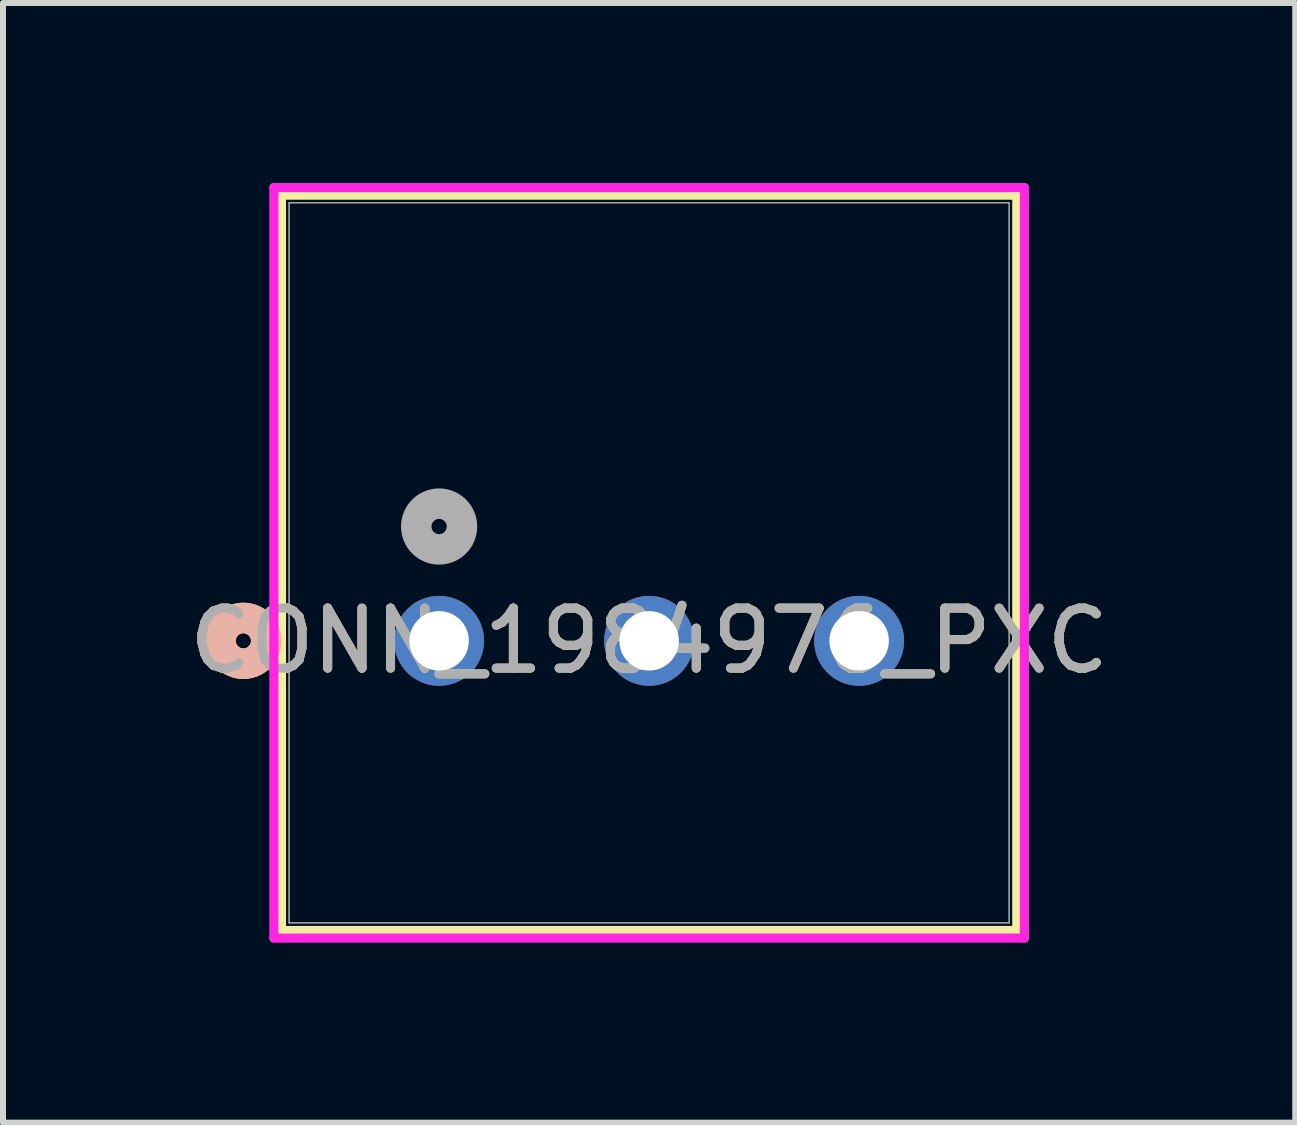
<source format=kicad_pcb>
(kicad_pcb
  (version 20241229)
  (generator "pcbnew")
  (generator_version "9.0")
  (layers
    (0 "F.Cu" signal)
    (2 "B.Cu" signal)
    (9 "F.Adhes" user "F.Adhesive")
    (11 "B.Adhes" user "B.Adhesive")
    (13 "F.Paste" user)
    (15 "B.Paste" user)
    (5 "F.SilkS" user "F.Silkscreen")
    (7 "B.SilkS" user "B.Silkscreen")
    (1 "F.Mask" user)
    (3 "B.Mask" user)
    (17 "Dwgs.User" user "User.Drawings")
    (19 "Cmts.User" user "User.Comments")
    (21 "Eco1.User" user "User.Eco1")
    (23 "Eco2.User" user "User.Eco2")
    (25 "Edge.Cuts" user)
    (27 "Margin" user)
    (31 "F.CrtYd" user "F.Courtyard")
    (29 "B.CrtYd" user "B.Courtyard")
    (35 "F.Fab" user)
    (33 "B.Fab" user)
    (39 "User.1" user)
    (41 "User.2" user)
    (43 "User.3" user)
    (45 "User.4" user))
  (footprint "CONN_1984976_PXC"
    (layer "F.Cu")
    (at 4.268 7.63)
    (property "Reference" "CONN_1984976_PXC" (at 3.5 0 0) (unlocked yes) (layer "F.SilkS") (effects (font (size 1 1) (thickness 0.15))))
    (attr through_hole)
    (fp_line (start -2.627 -7.427) (end -2.627 4.827) (stroke (width 0.152) (type solid)) (layer "F.SilkS"))
    (fp_line (start -2.627 4.827) (end 9.627 4.827) (stroke (width 0.152) (type solid)) (layer "F.SilkS"))
    (fp_line (start 9.627 -7.427) (end -2.627 -7.427) (stroke (width 0.152) (type solid)) (layer "F.SilkS"))
    (fp_line (start 9.627 4.827) (end 9.627 -7.427) (stroke (width 0.152) (type solid)) (layer "F.SilkS"))
    (fp_circle (center -3.262 0) (end -2.881 0) (stroke (width 0.508) (type solid)) (fill no) (layer "F.SilkS"))
    (fp_circle (center -3.262 0) (end -2.881 0) (stroke (width 0.508) (type solid)) (fill no) (layer "B.SilkS"))
    (fp_line (start -2.754 -7.554) (end -2.754 4.954) (stroke (width 0.152) (type solid)) (layer "F.CrtYd"))
    (fp_line (start -2.754 4.954) (end 9.754 4.954) (stroke (width 0.152) (type solid)) (layer "F.CrtYd"))
    (fp_line (start 9.754 -7.554) (end -2.754 -7.554) (stroke (width 0.152) (type solid)) (layer "F.CrtYd"))
    (fp_line (start 9.754 4.954) (end 9.754 -7.554) (stroke (width 0.152) (type solid)) (layer "F.CrtYd"))
    (fp_line (start -2.5 -7.3) (end -2.5 4.7) (stroke (width 0.025) (type solid)) (layer "F.Fab"))
    (fp_line (start -2.5 4.7) (end 9.5 4.7) (stroke (width 0.025) (type solid)) (layer "F.Fab"))
    (fp_line (start 9.5 -7.3) (end -2.5 -7.3) (stroke (width 0.025) (type solid)) (layer "F.Fab"))
    (fp_line (start 9.5 4.7) (end 9.5 -7.3) (stroke (width 0.025) (type solid)) (layer "F.Fab"))
    (fp_circle (center 0 -1.905) (end 0.381 -1.905) (stroke (width 0.508) (type solid)) (fill no) (layer "F.Fab"))
    (fp_text user "${REFERENCE}" (at 3.5 0 0) (unlocked yes) (layer "F.Fab") (effects (font (size 1 1) (thickness 0.15))))
    (pad "1" thru_hole circle (at 0 0) (size 1.499 1.499) (drill 0.991) (layers "*.Cu" "*.Mask"))
    (pad "2" thru_hole circle (at 3.5 0) (size 1.499 1.499) (drill 0.991) (layers "*.Cu" "*.Mask"))
    (pad "3" thru_hole circle (at 7 0) (size 1.499 1.499) (drill 0.991) (layers "*.Cu" "*.Mask")))
  (gr_rect
    (start -3 -3)
    (end 18.536 15.66)
    (stroke (width 0.1) (type default))
    (fill no)
    (layer "Edge.Cuts")))
</source>
